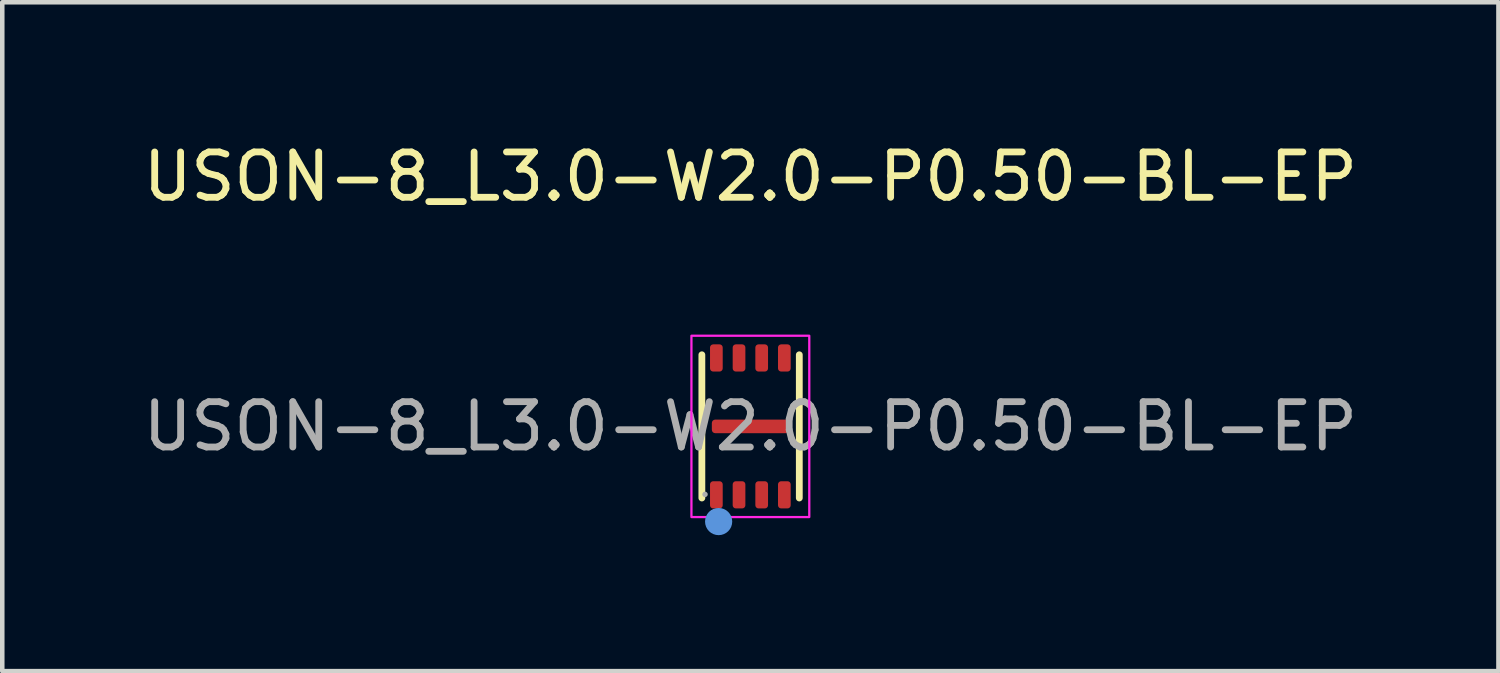
<source format=kicad_pcb>
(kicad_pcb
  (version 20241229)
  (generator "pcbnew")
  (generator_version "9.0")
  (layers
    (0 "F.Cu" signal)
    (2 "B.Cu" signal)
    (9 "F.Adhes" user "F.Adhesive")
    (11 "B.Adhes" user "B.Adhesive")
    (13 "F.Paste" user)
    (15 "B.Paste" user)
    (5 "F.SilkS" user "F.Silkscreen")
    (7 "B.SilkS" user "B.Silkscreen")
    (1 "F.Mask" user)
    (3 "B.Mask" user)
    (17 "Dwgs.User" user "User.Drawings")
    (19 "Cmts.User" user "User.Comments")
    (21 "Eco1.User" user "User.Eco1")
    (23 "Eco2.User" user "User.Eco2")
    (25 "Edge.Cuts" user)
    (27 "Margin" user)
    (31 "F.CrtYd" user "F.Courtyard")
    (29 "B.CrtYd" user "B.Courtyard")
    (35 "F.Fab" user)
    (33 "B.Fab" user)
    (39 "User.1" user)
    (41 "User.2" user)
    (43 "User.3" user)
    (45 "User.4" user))
  (footprint "USON-8_L3.0-W2.0-P0.50-BL-EP"
    (layer "F.Cu")
    (at 13.506 6.358)
    (property "Reference" "USON-8_L3.0-W2.0-P0.50-BL-EP" (at 0 -5.51 0) (layer "F.SilkS") (effects (font (size 1 1) (thickness 0.15))))
    (attr smd)
    (fp_line (start -1.07 -1.58) (end -1.07 1.58) (stroke (width 0.15) (type solid)) (layer "F.SilkS"))
    (fp_line (start 1.08 1.58) (end 1.08 -1.58) (stroke (width 0.15) (type solid)) (layer "F.SilkS"))
    (fp_circle (center -0.76 2.03) (end -0.66 2.03) (stroke (width 0.2) (type solid)) (fill no) (layer "F.SilkS"))
    (fp_circle (center -0.7 2.1) (end -0.55 2.1) (stroke (width 0.3) (type solid)) (fill no) (layer "Cmts.User"))
    (fp_rect (start -1.3 -2) (end 1.3 2) (stroke (width 0.05) (type default)) (fill no) (layer "F.CrtYd"))
    (fp_circle (center -1 1.5) (end -0.97 1.5) (stroke (width 0.06) (type solid)) (fill no) (layer "F.Fab"))
    (fp_text user "${REFERENCE}" (at 0 0 0) (layer "F.Fab") (effects (font (size 1 1) (thickness 0.15))))
    (pad "1" smd roundrect (at -0.75 1.51 270) (size 0.6 0.28) (layers "F.Cu" "F.Mask" "F.Paste") (roundrect_rratio 0.25))
    (pad "2" smd roundrect (at -0.25 1.51 270) (size 0.6 0.28) (layers "F.Cu" "F.Mask" "F.Paste") (roundrect_rratio 0.25))
    (pad "3" smd roundrect (at 0.25 1.51 270) (size 0.6 0.28) (layers "F.Cu" "F.Mask" "F.Paste") (roundrect_rratio 0.25))
    (pad "4" smd roundrect (at 0.75 1.51 270) (size 0.6 0.28) (layers "F.Cu" "F.Mask" "F.Paste") (roundrect_rratio 0.25))
    (pad "5" smd roundrect (at 0.75 -1.51 270) (size 0.6 0.28) (layers "F.Cu" "F.Mask" "F.Paste") (roundrect_rratio 0.25))
    (pad "6" smd roundrect (at 0.25 -1.51 270) (size 0.6 0.28) (layers "F.Cu" "F.Mask" "F.Paste") (roundrect_rratio 0.25))
    (pad "7" smd roundrect (at -0.25 -1.51 270) (size 0.6 0.28) (layers "F.Cu" "F.Mask" "F.Paste") (roundrect_rratio 0.25))
    (pad "8" smd roundrect (at -0.75 -1.51 270) (size 0.6 0.28) (layers "F.Cu" "F.Mask" "F.Paste") (roundrect_rratio 0.25))
    (pad "9" smd roundrect (at 0 0 90) (size 0.3 1.7) (layers "F.Cu" "F.Mask" "F.Paste") (roundrect_rratio 0.25)))
  (gr_rect
    (start -3 -3)
    (end 30.012 11.758)
    (stroke (width 0.1) (type default))
    (fill no)
    (layer "Edge.Cuts")))
</source>
